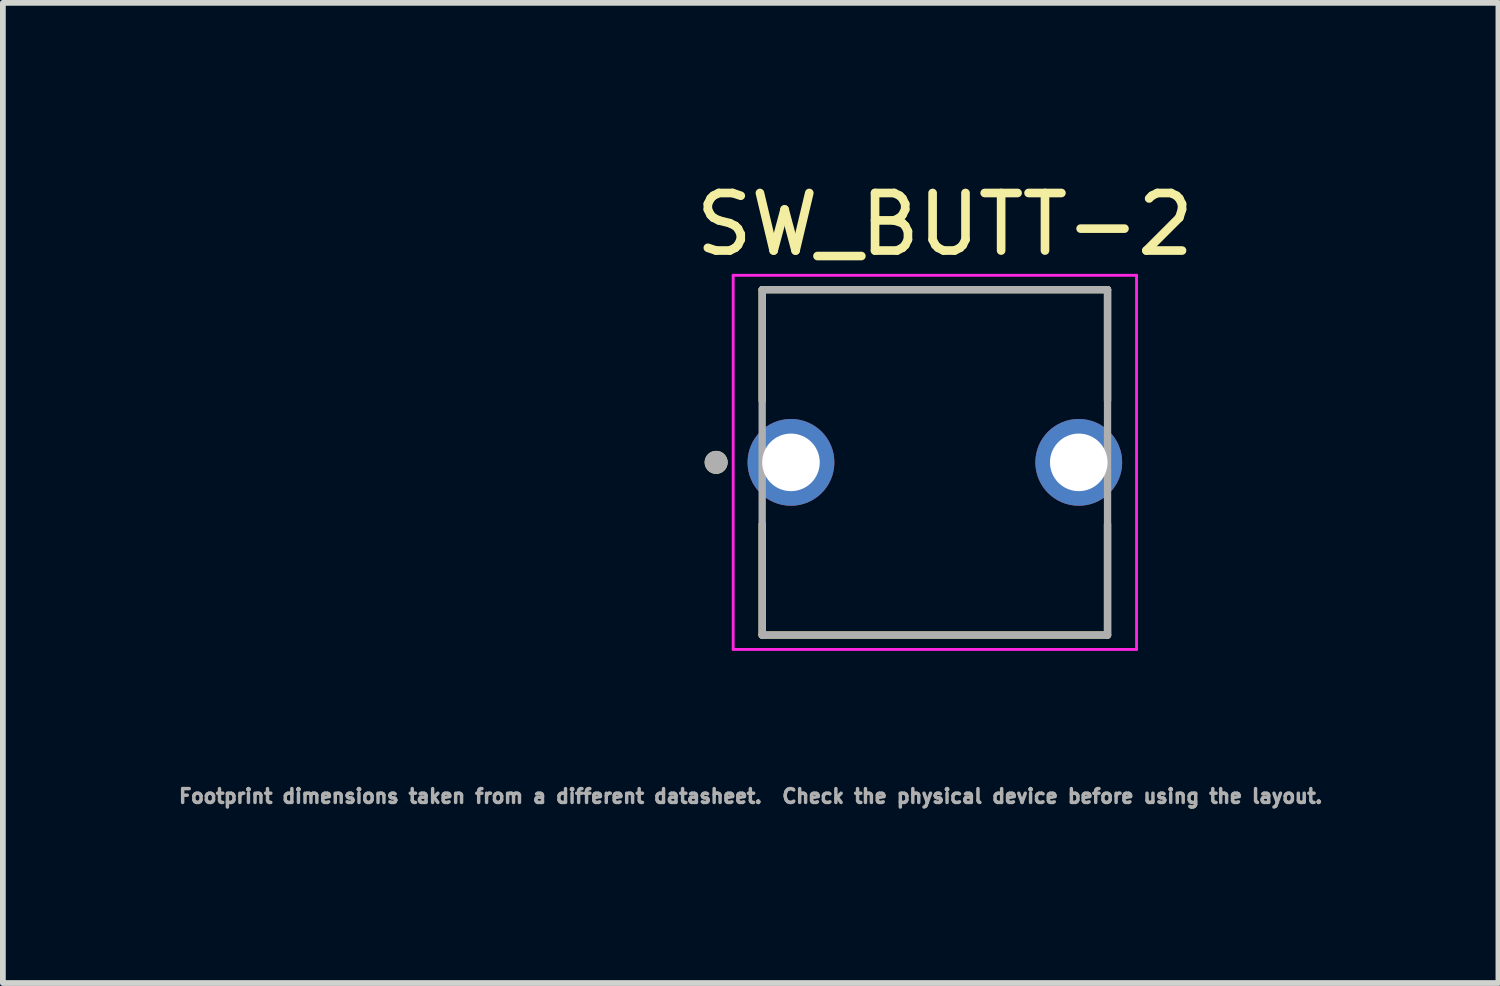
<source format=kicad_pcb>
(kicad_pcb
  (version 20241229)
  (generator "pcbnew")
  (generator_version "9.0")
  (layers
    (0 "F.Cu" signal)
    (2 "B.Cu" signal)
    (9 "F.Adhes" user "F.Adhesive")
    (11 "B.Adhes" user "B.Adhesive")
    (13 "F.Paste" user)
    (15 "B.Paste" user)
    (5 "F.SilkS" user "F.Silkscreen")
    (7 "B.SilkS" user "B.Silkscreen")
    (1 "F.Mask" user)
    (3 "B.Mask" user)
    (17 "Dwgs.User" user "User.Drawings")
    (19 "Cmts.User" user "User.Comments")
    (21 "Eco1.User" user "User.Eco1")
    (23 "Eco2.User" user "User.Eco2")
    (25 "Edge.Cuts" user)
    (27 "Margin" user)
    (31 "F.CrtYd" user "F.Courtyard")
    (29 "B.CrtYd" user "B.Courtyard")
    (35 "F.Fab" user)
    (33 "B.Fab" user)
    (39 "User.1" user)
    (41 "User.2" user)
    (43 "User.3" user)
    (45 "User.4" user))
  (footprint "SW_BUTT-2"
    (layer "F.Cu")
    (at 13.192 4.983)
    (property "Reference" "SW_BUTT-2" (at 0.175 -4.135 0) (layer "F.SilkS") (effects (font (size 1 1) (thickness 0.15))))
    (attr through_hole)
    (fp_line (start -3 -3) (end 3 -3) (stroke (width 0.127) (type solid)) (layer "F.SilkS"))
    (fp_line (start -3 -1.075) (end -3 -3) (stroke (width 0.127) (type solid)) (layer "F.SilkS"))
    (fp_line (start -3 3) (end -3 1.075) (stroke (width 0.127) (type solid)) (layer "F.SilkS"))
    (fp_line (start 3 -3) (end 3 -1.075) (stroke (width 0.127) (type solid)) (layer "F.SilkS"))
    (fp_line (start 3 1.075) (end 3 3) (stroke (width 0.127) (type solid)) (layer "F.SilkS"))
    (fp_line (start 3 3) (end -3 3) (stroke (width 0.127) (type solid)) (layer "F.SilkS"))
    (fp_circle (center -3.8 0) (end -3.7 0) (stroke (width 0.2) (type solid)) (fill no) (layer "F.SilkS"))
    (fp_line (start -3.504 -3.25) (end 3.504 -3.25) (stroke (width 0.05) (type solid)) (layer "F.CrtYd"))
    (fp_line (start -3.504 3.25) (end -3.504 -3.25) (stroke (width 0.05) (type solid)) (layer "F.CrtYd"))
    (fp_line (start 3.504 -3.25) (end 3.504 3.25) (stroke (width 0.05) (type solid)) (layer "F.CrtYd"))
    (fp_line (start 3.504 3.25) (end -3.504 3.25) (stroke (width 0.05) (type solid)) (layer "F.CrtYd"))
    (fp_line (start -3 -3) (end -3 3) (stroke (width 0.127) (type solid)) (layer "F.Fab"))
    (fp_line (start -3 3) (end 3 3) (stroke (width 0.127) (type solid)) (layer "F.Fab"))
    (fp_line (start 3 -3) (end -3 -3) (stroke (width 0.127) (type solid)) (layer "F.Fab"))
    (fp_line (start 3 3) (end 3 -3) (stroke (width 0.127) (type solid)) (layer "F.Fab"))
    (fp_circle (center -3.8 0) (end -3.7 0) (stroke (width 0.2) (type solid)) (fill no) (layer "F.Fab"))
    (fp_text user "Footprint dimensions taken from a different datasheet.  Check the physical device before using the layout." (at -3.2 5.8 0) (layer "F.Fab") (effects (font (size 0.24 0.24) (thickness 0.15))))
    (pad "1" thru_hole circle (at -2.5 0) (size 1.508 1.508) (drill 1) (layers "*.Cu" "*.Mask"))
    (pad "2" thru_hole circle (at 2.5 0) (size 1.508 1.508) (drill 1) (layers "*.Cu" "*.Mask")))
  (gr_rect
    (start -3 -3)
    (end 22.983 14.029)
    (stroke (width 0.1) (type default))
    (fill no)
    (layer "Edge.Cuts")))
</source>
